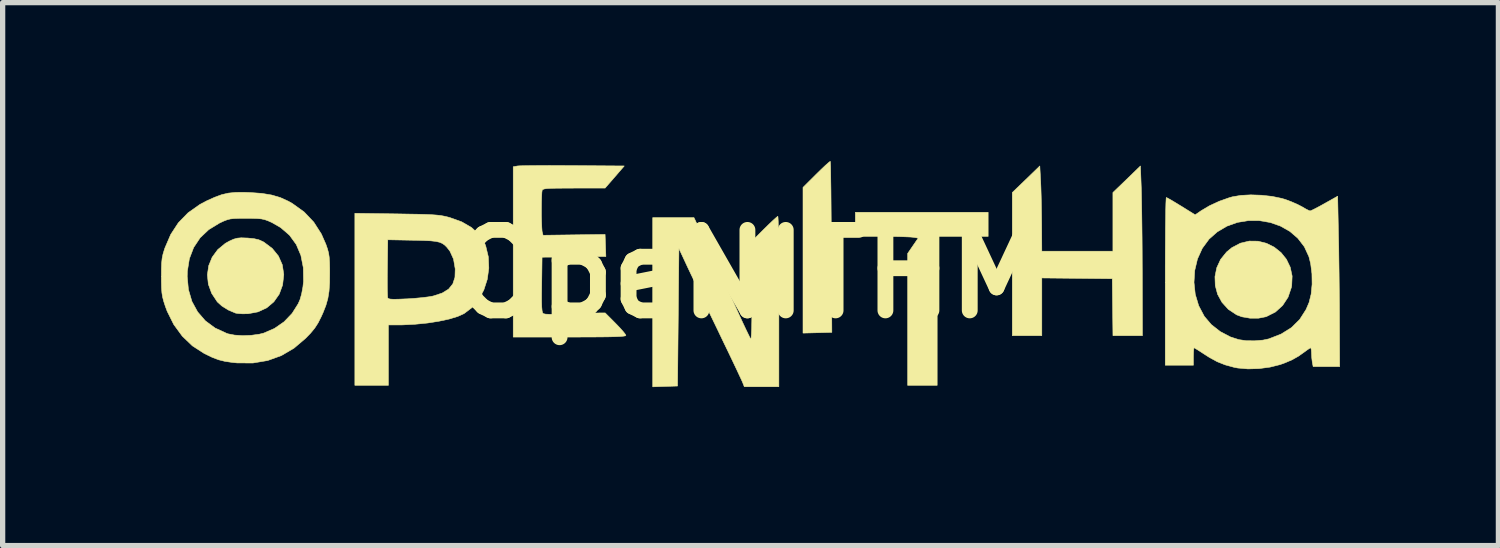
<source format=kicad_pcb>
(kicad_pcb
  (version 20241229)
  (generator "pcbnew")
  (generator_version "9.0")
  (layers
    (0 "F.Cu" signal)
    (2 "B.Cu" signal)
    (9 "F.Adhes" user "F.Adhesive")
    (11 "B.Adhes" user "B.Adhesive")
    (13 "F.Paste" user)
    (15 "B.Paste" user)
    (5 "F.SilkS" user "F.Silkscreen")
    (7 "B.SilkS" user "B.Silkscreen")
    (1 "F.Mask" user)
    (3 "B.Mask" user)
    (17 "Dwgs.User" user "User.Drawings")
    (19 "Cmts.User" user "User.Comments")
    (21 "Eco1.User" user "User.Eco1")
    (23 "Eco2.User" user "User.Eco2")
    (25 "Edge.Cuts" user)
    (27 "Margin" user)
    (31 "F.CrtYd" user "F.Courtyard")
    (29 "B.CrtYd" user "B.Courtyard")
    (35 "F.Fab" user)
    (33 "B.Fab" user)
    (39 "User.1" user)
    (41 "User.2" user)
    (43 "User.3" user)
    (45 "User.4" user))
  (footprint "OpeNITHM"
    (layer "F.Cu")
    (at 11.136 2.137)
    (property "Reference" "OpeNITHM" (at 0 0 0) (layer "F.SilkS") (effects (font (size 1.524 1.524) (thickness 0.3))))
    (attr through_hole)
    (fp_poly (pts (xy 4.521 -0.711) (xy 3.556 -0.711) (xy 3.556 2.108) (xy 2.997 2.108) (xy 2.997 -0.388) (xy 3.097 -0.534) (xy 3.197 -0.68) (xy 3.103 -0.695) (xy 3.049 -0.7) (xy 2.954 -0.704) (xy 2.827 -0.708) (xy 2.678 -0.71) (xy 2.517 -0.711) (xy 2.508 -0.711) (xy 2.007 -0.711) (xy 2.007 -1.168) (xy 4.521 -1.168) (xy 4.521 -0.711)) (stroke (width 0.01) (type solid)) (fill yes) (layer "F.SilkS"))
    (fp_poly (pts (xy 1.535 -2.106) (xy 1.538 -2.032) (xy 1.54 -1.917) (xy 1.542 -1.764) (xy 1.545 -1.577) (xy 1.547 -1.361) (xy 1.549 -1.12) (xy 1.551 -0.858) (xy 1.553 -0.58) (xy 1.553 -0.508) (xy 1.562 1.105) (xy 1.016 1.119) (xy 1.016 -1.639) (xy 1.269 -1.891) (xy 1.361 -1.981) (xy 1.439 -2.055) (xy 1.498 -2.107) (xy 1.53 -2.132) (xy 1.533 -2.132) (xy 1.535 -2.106)) (stroke (width 0.01) (type solid)) (fill yes) (layer "F.SilkS"))
    (fp_poly (pts (xy 7.42 -1.626) (xy 7.423 -1.511) (xy 7.426 -1.353) (xy 7.429 -1.159) (xy 7.432 -0.938) (xy 7.435 -0.696) (xy 7.437 -0.441) (xy 7.438 -0.181) (xy 7.439 -0.019) (xy 7.442 1.168) (xy 6.884 1.168) (xy 6.871 0.089) (xy 5.537 0.075) (xy 5.537 1.168) (xy 4.978 1.168) (xy 4.978 -1.542) (xy 5.239 -1.793) (xy 5.499 -2.045) (xy 5.515 -1.753) (xy 5.52 -1.631) (xy 5.525 -1.473) (xy 5.529 -1.293) (xy 5.532 -1.106) (xy 5.534 -0.946) (xy 5.537 -0.432) (xy 6.883 -0.432) (xy 6.883 -1.542) (xy 7.144 -1.793) (xy 7.404 -2.045) (xy 7.42 -1.626)) (stroke (width 0.01) (type solid)) (fill yes) (layer "F.SilkS"))
    (fp_poly (pts (xy 9.63 -0.621) (xy 9.79 -0.581) (xy 9.937 -0.508) (xy 10.065 -0.406) (xy 10.168 -0.278) (xy 10.24 -0.128) (xy 10.276 0.039) (xy 10.268 0.22) (xy 10.262 0.253) (xy 10.199 0.439) (xy 10.096 0.596) (xy 9.959 0.72) (xy 9.791 0.805) (xy 9.782 0.809) (xy 9.639 0.837) (xy 9.479 0.837) (xy 9.324 0.81) (xy 9.225 0.773) (xy 9.068 0.669) (xy 8.948 0.537) (xy 8.865 0.385) (xy 8.821 0.22) (xy 8.815 0.05) (xy 8.849 -0.118) (xy 8.922 -0.276) (xy 9.036 -0.417) (xy 9.134 -0.498) (xy 9.296 -0.583) (xy 9.464 -0.623) (xy 9.63 -0.621)) (stroke (width 0.01) (type solid)) (fill yes) (layer "F.SilkS"))
    (fp_poly (pts (xy -9.516 -0.681) (xy -9.502 -0.681) (xy -9.379 -0.669) (xy -9.287 -0.648) (xy -9.207 -0.612) (xy -9.189 -0.602) (xy -9.032 -0.484) (xy -8.915 -0.34) (xy -8.842 -0.175) (xy -8.814 0.006) (xy -8.814 0.015) (xy -8.836 0.209) (xy -8.9 0.382) (xy -9.002 0.527) (xy -9.137 0.641) (xy -9.301 0.717) (xy -9.488 0.752) (xy -9.497 0.752) (xy -9.595 0.754) (xy -9.68 0.748) (xy -9.728 0.74) (xy -9.864 0.682) (xy -9.986 0.606) (xy -10.072 0.528) (xy -10.179 0.366) (xy -10.242 0.193) (xy -10.26 0.016) (xy -10.235 -0.156) (xy -10.169 -0.318) (xy -10.064 -0.461) (xy -9.92 -0.58) (xy -9.841 -0.624) (xy -9.763 -0.659) (xy -9.695 -0.678) (xy -9.62 -0.685) (xy -9.516 -0.681)) (stroke (width 0.01) (type solid)) (fill yes) (layer "F.SilkS"))
    (fp_poly (pts (xy 0.543 -1.068) (xy 0.547 -0.996) (xy 0.549 -0.883) (xy 0.552 -0.731) (xy 0.554 -0.546) (xy 0.556 -0.331) (xy 0.557 -0.092) (xy 0.558 0.169) (xy 0.559 0.447) (xy 0.559 0.521) (xy 0.559 2.134) (xy -0.095 2.134) (xy -0.128 2.051) (xy -0.146 2.01) (xy -0.184 1.929) (xy -0.238 1.813) (xy -0.307 1.668) (xy -0.387 1.5) (xy -0.477 1.314) (xy -0.572 1.116) (xy -0.583 1.092) (xy -0.686 0.879) (xy -0.79 0.664) (xy -0.889 0.456) (xy -0.981 0.264) (xy -1.062 0.094) (xy -1.128 -0.044) (xy -1.17 -0.133) (xy -1.333 -0.483) (xy -1.359 2.121) (xy -1.829 2.136) (xy -1.829 -1.067) (xy -1.048 -1.067) (xy -0.789 -0.519) (xy -0.698 -0.326) (xy -0.594 -0.102) (xy -0.485 0.134) (xy -0.378 0.365) (xy -0.282 0.576) (xy -0.264 0.617) (xy -0.19 0.779) (xy -0.123 0.925) (xy -0.064 1.05) (xy -0.017 1.147) (xy 0.014 1.21) (xy 0.027 1.231) (xy 0.033 1.213) (xy 0.039 1.146) (xy 0.044 1.033) (xy 0.047 0.876) (xy 0.049 0.677) (xy 0.051 0.437) (xy 0.051 0.316) (xy 0.051 -0.623) (xy 0.286 -0.858) (xy 0.375 -0.945) (xy 0.452 -1.018) (xy 0.509 -1.069) (xy 0.538 -1.092) (xy 0.54 -1.092) (xy 0.543 -1.068)) (stroke (width 0.01) (type solid)) (fill yes) (layer "F.SilkS"))
    (fp_poly (pts (xy -3.58 -2.053) (xy -3.361 -2.052) (xy -3.337 -2.052) (xy -2.368 -2.045) (xy -2.549 -1.835) (xy -2.731 -1.626) (xy -3.318 -1.626) (xy -3.508 -1.625) (xy -3.654 -1.624) (xy -3.76 -1.621) (xy -3.834 -1.617) (xy -3.882 -1.61) (xy -3.908 -1.6) (xy -3.921 -1.588) (xy -3.922 -1.585) (xy -3.928 -1.543) (xy -3.932 -1.462) (xy -3.935 -1.354) (xy -3.936 -1.23) (xy -3.936 -1.102) (xy -3.933 -0.981) (xy -3.929 -0.881) (xy -3.924 -0.811) (xy -3.92 -0.792) (xy -3.905 -0.733) (xy -3.318 -0.741) (xy -2.731 -0.749) (xy -2.723 -0.54) (xy -2.716 -0.331) (xy -3.32 -0.324) (xy -3.924 -0.318) (xy -3.931 0.203) (xy -3.933 0.386) (xy -3.933 0.524) (xy -3.93 0.623) (xy -3.924 0.69) (xy -3.916 0.73) (xy -3.904 0.749) (xy -3.903 0.749) (xy -3.861 0.76) (xy -3.773 0.764) (xy -3.646 0.762) (xy -3.566 0.758) (xy -3.411 0.751) (xy -3.24 0.744) (xy -3.078 0.74) (xy -2.997 0.739) (xy -2.729 0.737) (xy -2.533 0.934) (xy -2.453 1.017) (xy -2.389 1.089) (xy -2.348 1.141) (xy -2.337 1.163) (xy -2.348 1.171) (xy -2.383 1.177) (xy -2.447 1.183) (xy -2.542 1.187) (xy -2.673 1.19) (xy -2.842 1.192) (xy -3.054 1.193) (xy -3.311 1.194) (xy -3.404 1.194) (xy -4.47 1.194) (xy -4.47 -2.03) (xy -4.388 -2.045) (xy -4.344 -2.048) (xy -4.256 -2.05) (xy -4.129 -2.052) (xy -3.97 -2.053) (xy -3.785 -2.054) (xy -3.58 -2.053)) (stroke (width 0.01) (type solid)) (fill yes) (layer "F.SilkS"))
    (fp_poly (pts (xy -6.674 -1.138) (xy -6.448 -1.134) (xy -6.266 -1.131) (xy -6.122 -1.127) (xy -6.008 -1.122) (xy -5.917 -1.115) (xy -5.843 -1.107) (xy -5.779 -1.095) (xy -5.718 -1.081) (xy -5.67 -1.068) (xy -5.445 -0.987) (xy -5.26 -0.88) (xy -5.116 -0.748) (xy -5.016 -0.593) (xy -4.991 -0.532) (xy -4.941 -0.324) (xy -4.932 -0.111) (xy -4.961 0.1) (xy -5.026 0.301) (xy -5.123 0.482) (xy -5.25 0.635) (xy -5.4 0.749) (xy -5.521 0.804) (xy -5.683 0.853) (xy -5.879 0.895) (xy -6.098 0.929) (xy -6.331 0.952) (xy -6.57 0.964) (xy -6.661 0.965) (xy -6.833 0.965) (xy -6.833 2.108) (xy -7.468 2.108) (xy -7.468 0.191) (xy -6.854 0.191) (xy -6.853 0.312) (xy -6.85 0.4) (xy -6.847 0.448) (xy -6.846 0.453) (xy -6.831 0.467) (xy -6.797 0.475) (xy -6.735 0.479) (xy -6.637 0.477) (xy -6.497 0.471) (xy -6.483 0.471) (xy -6.339 0.461) (xy -6.198 0.448) (xy -6.076 0.433) (xy -5.988 0.418) (xy -5.982 0.416) (xy -5.815 0.361) (xy -5.694 0.287) (xy -5.614 0.188) (xy -5.573 0.063) (xy -5.568 -0.095) (xy -5.569 -0.102) (xy -5.6 -0.282) (xy -5.667 -0.43) (xy -5.724 -0.504) (xy -5.766 -0.546) (xy -5.811 -0.578) (xy -5.865 -0.601) (xy -5.936 -0.617) (xy -6.034 -0.628) (xy -6.165 -0.634) (xy -6.337 -0.639) (xy -6.377 -0.639) (xy -6.845 -0.648) (xy -6.852 -0.115) (xy -6.854 0.046) (xy -6.854 0.191) (xy -7.468 0.191) (xy -7.468 -1.149) (xy -6.674 -1.138)) (stroke (width 0.01) (type solid)) (fill yes) (layer "F.SilkS"))
    (fp_poly (pts (xy -9.451 -1.542) (xy -9.229 -1.526) (xy -9.043 -1.495) (xy -8.88 -1.447) (xy -8.726 -1.377) (xy -8.649 -1.333) (xy -8.427 -1.173) (xy -8.246 -0.982) (xy -8.102 -0.757) (xy -8.015 -0.559) (xy -7.986 -0.474) (xy -7.966 -0.399) (xy -7.954 -0.321) (xy -7.947 -0.224) (xy -7.944 -0.097) (xy -7.944 -0.025) (xy -7.946 0.168) (xy -7.957 0.326) (xy -7.979 0.462) (xy -8.015 0.591) (xy -8.069 0.729) (xy -8.105 0.809) (xy -8.164 0.926) (xy -8.228 1.025) (xy -8.308 1.122) (xy -8.401 1.218) (xy -8.621 1.405) (xy -8.86 1.545) (xy -9.118 1.638) (xy -9.396 1.685) (xy -9.694 1.684) (xy -9.785 1.675) (xy -9.927 1.654) (xy -10.048 1.624) (xy -10.169 1.578) (xy -10.311 1.509) (xy -10.321 1.504) (xy -10.543 1.361) (xy -10.735 1.177) (xy -10.896 0.957) (xy -11.022 0.704) (xy -11.056 0.612) (xy -11.087 0.517) (xy -11.108 0.436) (xy -11.121 0.355) (xy -11.128 0.26) (xy -11.131 0.137) (xy -11.131 0.051) (xy -11.131 0.046) (xy -10.642 0.046) (xy -10.619 0.294) (xy -10.553 0.519) (xy -10.445 0.717) (xy -10.299 0.886) (xy -10.116 1.022) (xy -9.899 1.122) (xy -9.868 1.133) (xy -9.745 1.157) (xy -9.592 1.167) (xy -9.43 1.161) (xy -9.277 1.14) (xy -9.193 1.119) (xy -8.99 1.031) (xy -8.808 0.905) (xy -8.656 0.746) (xy -8.541 0.564) (xy -8.507 0.487) (xy -8.476 0.378) (xy -8.451 0.244) (xy -8.44 0.14) (xy -8.444 -0.12) (xy -8.49 -0.353) (xy -8.577 -0.558) (xy -8.705 -0.734) (xy -8.873 -0.879) (xy -9.038 -0.974) (xy -9.112 -1.007) (xy -9.174 -1.029) (xy -9.238 -1.043) (xy -9.316 -1.05) (xy -9.422 -1.053) (xy -9.525 -1.054) (xy -9.658 -1.053) (xy -9.754 -1.05) (xy -9.826 -1.042) (xy -9.887 -1.026) (xy -9.952 -1.001) (xy -10.033 -0.963) (xy -10.033 -0.963) (xy -10.234 -0.84) (xy -10.397 -0.686) (xy -10.52 -0.501) (xy -10.601 -0.289) (xy -10.639 -0.052) (xy -10.642 0.046) (xy -11.131 0.046) (xy -11.13 -0.096) (xy -11.126 -0.207) (xy -11.117 -0.294) (xy -11.101 -0.373) (xy -11.076 -0.456) (xy -11.065 -0.49) (xy -10.954 -0.748) (xy -10.809 -0.97) (xy -10.626 -1.158) (xy -10.404 -1.315) (xy -10.274 -1.384) (xy -10.121 -1.453) (xy -9.988 -1.502) (xy -9.862 -1.531) (xy -9.725 -1.545) (xy -9.563 -1.546) (xy -9.451 -1.542)) (stroke (width 0.01) (type solid)) (fill yes) (layer "F.SilkS"))
    (fp_poly (pts (xy 9.696 -1.491) (xy 9.897 -1.469) (xy 10.079 -1.431) (xy 10.147 -1.411) (xy 10.261 -1.368) (xy 10.374 -1.319) (xy 10.463 -1.273) (xy 10.472 -1.268) (xy 10.542 -1.227) (xy 10.597 -1.2) (xy 10.617 -1.194) (xy 10.648 -1.206) (xy 10.713 -1.238) (xy 10.802 -1.285) (xy 10.89 -1.334) (xy 11.138 -1.473) (xy 11.153 -0.743) (xy 11.158 -0.525) (xy 11.161 -0.271) (xy 11.165 0.005) (xy 11.168 0.29) (xy 11.171 0.568) (xy 11.172 0.825) (xy 11.172 0.87) (xy 11.176 1.753) (xy 10.674 1.753) (xy 10.658 1.673) (xy 10.648 1.592) (xy 10.643 1.501) (xy 10.643 1.495) (xy 10.639 1.433) (xy 10.63 1.399) (xy 10.627 1.397) (xy 10.6 1.411) (xy 10.548 1.447) (xy 10.519 1.469) (xy 10.396 1.556) (xy 10.276 1.624) (xy 10.138 1.683) (xy 10.046 1.716) (xy 9.858 1.763) (xy 9.649 1.791) (xy 9.439 1.797) (xy 9.246 1.78) (xy 9.182 1.768) (xy 9.007 1.72) (xy 8.856 1.66) (xy 8.705 1.577) (xy 8.616 1.52) (xy 8.532 1.465) (xy 8.465 1.423) (xy 8.425 1.399) (xy 8.419 1.397) (xy 8.413 1.42) (xy 8.409 1.481) (xy 8.407 1.562) (xy 8.407 1.727) (xy 7.874 1.727) (xy 7.874 0.159) (xy 8.418 0.159) (xy 8.442 0.385) (xy 8.507 0.601) (xy 8.612 0.8) (xy 8.615 0.804) (xy 8.747 0.959) (xy 8.916 1.091) (xy 9.109 1.192) (xy 9.268 1.243) (xy 9.406 1.263) (xy 9.566 1.265) (xy 9.723 1.252) (xy 9.832 1.229) (xy 10.066 1.138) (xy 10.262 1.016) (xy 10.419 0.861) (xy 10.54 0.672) (xy 10.597 0.539) (xy 10.636 0.381) (xy 10.654 0.194) (xy 10.651 -0.004) (xy 10.627 -0.194) (xy 10.594 -0.327) (xy 10.507 -0.516) (xy 10.384 -0.676) (xy 10.232 -0.807) (xy 10.055 -0.907) (xy 9.861 -0.975) (xy 9.657 -1.01) (xy 9.448 -1.011) (xy 9.241 -0.977) (xy 9.042 -0.906) (xy 8.858 -0.797) (xy 8.703 -0.66) (xy 8.575 -0.486) (xy 8.484 -0.285) (xy 8.432 -0.067) (xy 8.418 0.159) (xy 7.874 0.159) (xy 7.874 0.14) (xy 7.874 -0.139) (xy 7.875 -0.402) (xy 7.877 -0.646) (xy 7.878 -0.865) (xy 7.881 -1.055) (xy 7.883 -1.213) (xy 7.886 -1.334) (xy 7.89 -1.413) (xy 7.893 -1.447) (xy 7.894 -1.448) (xy 7.922 -1.435) (xy 7.983 -1.401) (xy 8.07 -1.349) (xy 8.173 -1.286) (xy 8.177 -1.284) (xy 8.44 -1.12) (xy 8.552 -1.197) (xy 8.71 -1.291) (xy 8.896 -1.377) (xy 9.088 -1.445) (xy 9.145 -1.461) (xy 9.304 -1.488) (xy 9.493 -1.498) (xy 9.696 -1.491)) (stroke (width 0.01) (type solid)) (fill yes) (layer "F.SilkS")))
  (gr_rect
    (start -3 -3)
    (end 25.317 7.278)
    (stroke (width 0.1) (type default))
    (fill no)
    (layer "Edge.Cuts")))
</source>
